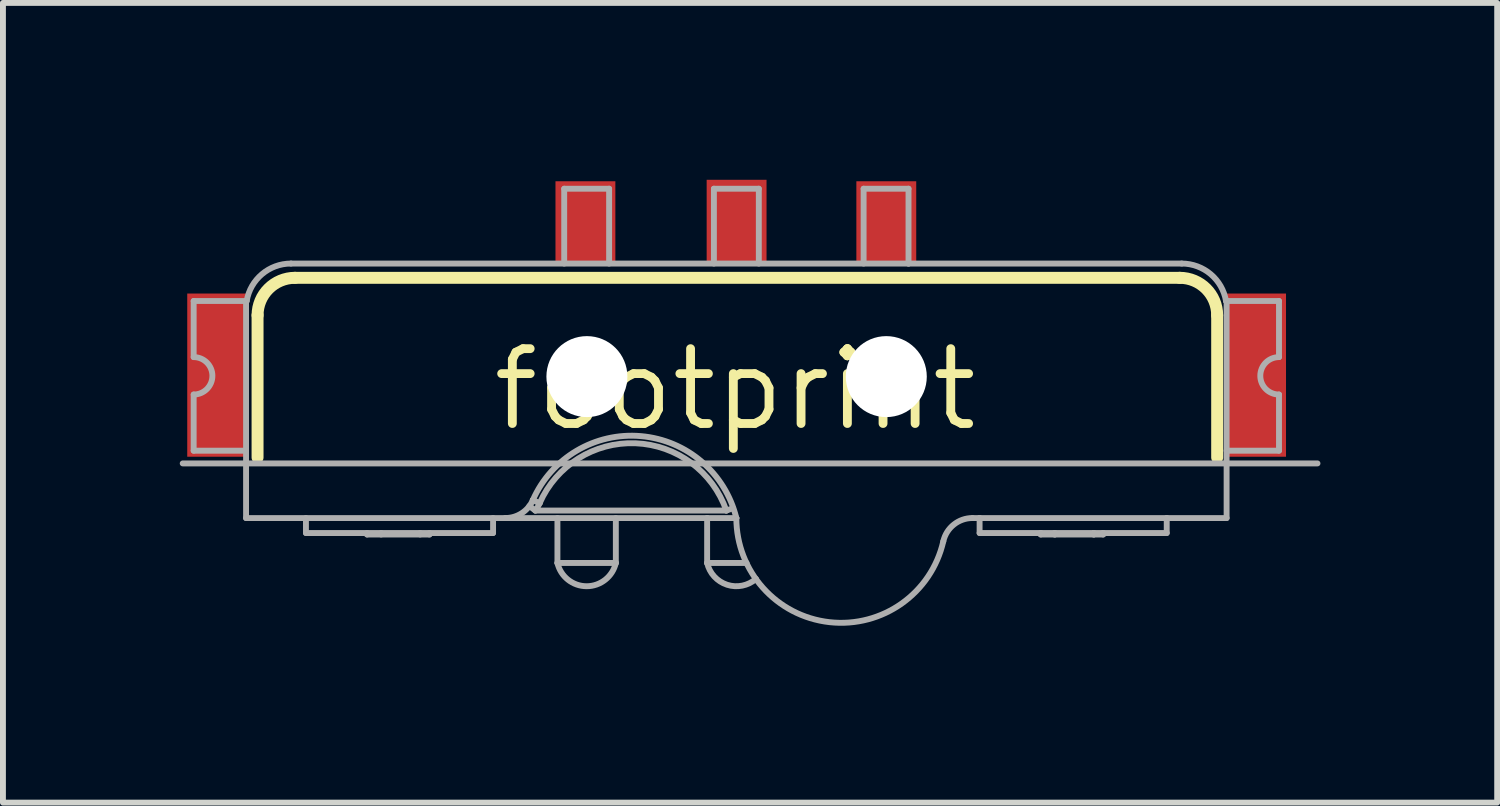
<source format=kicad_pcb>
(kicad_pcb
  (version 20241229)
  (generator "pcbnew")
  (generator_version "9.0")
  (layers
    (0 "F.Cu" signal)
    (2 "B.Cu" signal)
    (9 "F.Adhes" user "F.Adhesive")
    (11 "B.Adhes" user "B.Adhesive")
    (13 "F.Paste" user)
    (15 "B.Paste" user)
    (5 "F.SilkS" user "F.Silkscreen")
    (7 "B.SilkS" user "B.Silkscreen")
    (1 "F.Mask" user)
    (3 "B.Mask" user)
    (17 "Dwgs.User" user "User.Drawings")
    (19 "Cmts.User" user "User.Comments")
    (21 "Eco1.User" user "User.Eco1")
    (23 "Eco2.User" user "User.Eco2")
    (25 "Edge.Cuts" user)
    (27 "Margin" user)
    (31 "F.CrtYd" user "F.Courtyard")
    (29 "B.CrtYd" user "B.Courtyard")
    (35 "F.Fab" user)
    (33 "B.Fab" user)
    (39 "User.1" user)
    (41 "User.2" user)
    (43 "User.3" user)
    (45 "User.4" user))
  (footprint "footprint"
    (layer "F.Cu")
    (at 9.423 3.556)
    (property "Reference" "footprint" (at 0 0 0) (layer "F.SilkS") (effects (font (size 1.27 1.27) (thickness 0.15))))
    (fp_line (start -8.103 1.156) (end -8.103 -1.257) (stroke (width 0.203) (type solid)) (layer "F.SilkS"))
    (fp_line (start -7.468 -1.892) (end 7.544 -1.892) (stroke (width 0.203) (type solid)) (layer "F.SilkS"))
    (fp_line (start 8.179 -1.257) (end 8.179 1.156) (stroke (width 0.203) (type solid)) (layer "F.SilkS"))
    (fp_arc (start -8.1026 -1.2573) (mid -7.916613 -1.706313) (end -7.4676 -1.8923) (stroke (width 0.2032) (type solid)) (layer "F.SilkS"))
    (fp_arc (start 7.5438 -1.8923) (mid 7.992813 -1.706313) (end 8.1788 -1.2573) (stroke (width 0.2032) (type solid)) (layer "F.SilkS"))
    (fp_line (start -9.373 1.257) (end 9.881 1.257) (stroke (width 0.1) (type solid)) (layer "F.Fab"))
    (fp_line (start -9.187 -1.499) (end -9.187 -0.547) (stroke (width 0.1) (type solid)) (layer "F.Fab"))
    (fp_line (start -9.187 -1.499) (end -8.287 -1.499) (stroke (width 0.1) (type solid)) (layer "F.Fab"))
    (fp_line (start -9.187 0.088) (end -9.187 1.041) (stroke (width 0.1) (type solid)) (layer "F.Fab"))
    (fp_line (start -8.298 -1.499) (end -8.298 1.041) (stroke (width 0.1) (type solid)) (layer "F.Fab"))
    (fp_line (start -8.298 1.041) (end -9.187 1.041) (stroke (width 0.1) (type solid)) (layer "F.Fab"))
    (fp_line (start -8.298 1.041) (end -8.298 2.184) (stroke (width 0.1) (type solid)) (layer "F.Fab"))
    (fp_line (start -8.298 2.184) (end -3.897 2.184) (stroke (width 0.1) (type solid)) (layer "F.Fab"))
    (fp_line (start -7.536 -2.134) (end 2.942 -2.134) (stroke (width 0.1) (type solid)) (layer "F.Fab"))
    (fp_line (start -7.282 2.184) (end -7.282 2.438) (stroke (width 0.1) (type solid)) (layer "F.Fab"))
    (fp_line (start -6.245 2.438) (end -6.245 2.463) (stroke (width 0.1) (type solid)) (layer "F.Fab"))
    (fp_line (start -6.006 2.438) (end -6.006 2.463) (stroke (width 0.1) (type solid)) (layer "F.Fab"))
    (fp_line (start -5.345 2.438) (end -5.345 2.463) (stroke (width 0.1) (type solid)) (layer "F.Fab"))
    (fp_line (start -5.186 2.438) (end -5.186 2.463) (stroke (width 0.1) (type solid)) (layer "F.Fab"))
    (fp_line (start -5.186 2.463) (end -6.245 2.463) (stroke (width 0.1) (type solid)) (layer "F.Fab"))
    (fp_line (start -4.107 2.184) (end -4.107 2.438) (stroke (width 0.1) (type solid)) (layer "F.Fab"))
    (fp_line (start -4.107 2.438) (end -7.282 2.438) (stroke (width 0.1) (type solid)) (layer "F.Fab"))
    (fp_line (start -3.897 2.184) (end -0.475 2.184) (stroke (width 0.1) (type solid)) (layer "F.Fab"))
    (fp_line (start -3.432 1.88) (end -3.433 1.88) (stroke (width 0.1) (type solid)) (layer "F.Fab"))
    (fp_line (start -3.389 2.057) (end -3.491 1.98) (stroke (width 0.1) (type solid)) (layer "F.Fab"))
    (fp_line (start -3.389 2.057) (end -0.149 2.057) (stroke (width 0.1) (type solid)) (layer "F.Fab"))
    (fp_line (start -3.316 1.931) (end -3.432 1.88) (stroke (width 0.1) (type solid)) (layer "F.Fab"))
    (fp_line (start -3.015 2.184) (end -3.015 2.946) (stroke (width 0.1) (type solid)) (layer "F.Fab"))
    (fp_line (start -3.015 2.946) (end -2.024 2.946) (stroke (width 0.1) (type solid)) (layer "F.Fab"))
    (fp_line (start -2.9 -3.404) (end -2.138 -3.404) (stroke (width 0.1) (type solid)) (layer "F.Fab"))
    (fp_line (start -2.9 -2.134) (end -2.9 -3.404) (stroke (width 0.1) (type solid)) (layer "F.Fab"))
    (fp_line (start -2.138 -2.134) (end -2.138 -3.404) (stroke (width 0.1) (type solid)) (layer "F.Fab"))
    (fp_line (start -2.024 2.184) (end -2.024 2.946) (stroke (width 0.1) (type solid)) (layer "F.Fab"))
    (fp_line (start -0.475 2.184) (end -0.475 2.946) (stroke (width 0.1) (type solid)) (layer "F.Fab"))
    (fp_line (start -0.475 2.184) (end 0.021 2.184) (stroke (width 0.1) (type solid)) (layer "F.Fab"))
    (fp_line (start -0.475 2.946) (end 0.194 2.946) (stroke (width 0.1) (type solid)) (layer "F.Fab"))
    (fp_line (start -0.36 -3.404) (end 0.402 -3.404) (stroke (width 0.1) (type solid)) (layer "F.Fab"))
    (fp_line (start -0.36 -2.134) (end -0.36 -3.404) (stroke (width 0.1) (type solid)) (layer "F.Fab"))
    (fp_line (start -0.149 2.057) (end -0.036 2.017) (stroke (width 0.1) (type solid)) (layer "F.Fab"))
    (fp_line (start 0.021 2.184) (end 0.021 2.184) (stroke (width 0.1) (type solid)) (layer "F.Fab"))
    (fp_line (start 0.402 -2.134) (end 0.402 -3.404) (stroke (width 0.1) (type solid)) (layer "F.Fab"))
    (fp_line (start 2.18 -3.404) (end 2.942 -3.404) (stroke (width 0.1) (type solid)) (layer "F.Fab"))
    (fp_line (start 2.18 -2.134) (end 2.18 -3.404) (stroke (width 0.1) (type solid)) (layer "F.Fab"))
    (fp_line (start 2.942 -2.134) (end 2.942 -3.404) (stroke (width 0.1) (type solid)) (layer "F.Fab"))
    (fp_line (start 2.942 -2.134) (end 7.577 -2.134) (stroke (width 0.1) (type solid)) (layer "F.Fab"))
    (fp_line (start 4.028 2.184) (end 4.148 2.184) (stroke (width 0.1) (type solid)) (layer "F.Fab"))
    (fp_line (start 4.148 2.184) (end 4.148 2.438) (stroke (width 0.1) (type solid)) (layer "F.Fab"))
    (fp_line (start 4.148 2.184) (end 7.323 2.184) (stroke (width 0.1) (type solid)) (layer "F.Fab"))
    (fp_line (start 5.185 2.438) (end 4.148 2.438) (stroke (width 0.1) (type solid)) (layer "F.Fab"))
    (fp_line (start 5.185 2.438) (end 5.185 2.463) (stroke (width 0.1) (type solid)) (layer "F.Fab"))
    (fp_line (start 5.423 2.438) (end 5.185 2.438) (stroke (width 0.1) (type solid)) (layer "F.Fab"))
    (fp_line (start 5.423 2.438) (end 5.423 2.463) (stroke (width 0.1) (type solid)) (layer "F.Fab"))
    (fp_line (start 5.423 2.463) (end 5.185 2.463) (stroke (width 0.1) (type solid)) (layer "F.Fab"))
    (fp_line (start 6.085 2.438) (end 5.423 2.438) (stroke (width 0.1) (type solid)) (layer "F.Fab"))
    (fp_line (start 6.085 2.438) (end 6.085 2.463) (stroke (width 0.1) (type solid)) (layer "F.Fab"))
    (fp_line (start 6.085 2.463) (end 5.423 2.463) (stroke (width 0.1) (type solid)) (layer "F.Fab"))
    (fp_line (start 6.244 2.438) (end 6.085 2.438) (stroke (width 0.1) (type solid)) (layer "F.Fab"))
    (fp_line (start 6.244 2.438) (end 6.244 2.463) (stroke (width 0.1) (type solid)) (layer "F.Fab"))
    (fp_line (start 6.244 2.463) (end 6.085 2.463) (stroke (width 0.1) (type solid)) (layer "F.Fab"))
    (fp_line (start 7.323 2.184) (end 7.323 2.438) (stroke (width 0.1) (type solid)) (layer "F.Fab"))
    (fp_line (start 7.323 2.184) (end 8.339 2.184) (stroke (width 0.1) (type solid)) (layer "F.Fab"))
    (fp_line (start 7.323 2.438) (end 6.244 2.438) (stroke (width 0.1) (type solid)) (layer "F.Fab"))
    (fp_line (start 8.329 -1.499) (end 8.339 -1.499) (stroke (width 0.1) (type solid)) (layer "F.Fab"))
    (fp_line (start 8.339 -1.499) (end 8.339 2.184) (stroke (width 0.1) (type solid)) (layer "F.Fab"))
    (fp_line (start 8.339 -1.499) (end 9.228 -1.499) (stroke (width 0.1) (type solid)) (layer "F.Fab"))
    (fp_line (start 8.339 1.041) (end 9.228 1.041) (stroke (width 0.1) (type solid)) (layer "F.Fab"))
    (fp_line (start 9.228 -1.499) (end 9.228 -0.547) (stroke (width 0.1) (type solid)) (layer "F.Fab"))
    (fp_line (start 9.228 0.088) (end 9.228 1.041) (stroke (width 0.1) (type solid)) (layer "F.Fab"))
    (fp_arc (start -9.1868 -0.5469) (mid -8.8693 -0.2294) (end -9.1868 0.0881) (stroke (width 0.1) (type solid)) (layer "F.Fab"))
    (fp_arc (start -8.287099 -1.499399) (mid -8.027642 -1.954373) (end -7.5358 -2.1344) (stroke (width 0.1) (type solid)) (layer "F.Fab"))
    (fp_arc (start -3.432498 1.879999) (mid -1.597043 0.793652) (end 0.0207 2.1836) (stroke (width 0.1) (type solid)) (layer "F.Fab"))
    (fp_arc (start -3.4324 1.88) (mid -3.619784 2.100991) (end -3.8975 2.1836) (stroke (width 0.1) (type solid)) (layer "F.Fab"))
    (fp_arc (start -3.3162 1.9311) (mid -3.349247 1.995954) (end -3.3895 2.0566) (stroke (width 0.1) (type solid)) (layer "F.Fab"))
    (fp_arc (start -3.316199 1.9311) (mid -1.689848 0.914952) (end -0.149 2.0566) (stroke (width 0.1) (type solid)) (layer "F.Fab"))
    (fp_arc (start -2.024 2.945598) (mid -2.519299 3.340703) (end -3.0146 2.9456) (stroke (width 0.1) (type solid)) (layer "F.Fab"))
    (fp_arc (start 0.354 3.216098) (mid -0.136945 3.315631) (end -0.4746 2.9456) (stroke (width 0.1) (type solid)) (layer "F.Fab"))
    (fp_arc (start 3.532199 2.5787) (mid 1.59988 3.950428) (end 0.0207 2.1836) (stroke (width 0.1) (type solid)) (layer "F.Fab"))
    (fp_arc (start 3.532301 2.578699) (mid 3.710809 2.294473) (end 4.0276 2.1836) (stroke (width 0.1) (type solid)) (layer "F.Fab"))
    (fp_arc (start 7.577199 -2.1345) (mid 8.069113 -1.954444) (end 8.3286 -1.4994) (stroke (width 0.1) (type solid)) (layer "F.Fab"))
    (fp_arc (start 9.2282 0.0881) (mid 8.9107 -0.2294) (end 9.2282 -0.5469) (stroke (width 0.1) (type solid)) (layer "F.Fab"))
    (fp_circle (center -2.519 -0.229) (end -2.138 -0.229) (stroke (width 0.025) (type solid)) (fill no) (layer "F.Fab"))
    (fp_circle (center -2.519 -0.229) (end -1.884 -0.229) (stroke (width 0.025) (type solid)) (fill no) (layer "F.Fab"))
    (fp_circle (center 2.561 -0.229) (end 2.942 -0.229) (stroke (width 0.025) (type solid)) (fill no) (layer "F.Fab"))
    (fp_circle (center 2.561 -0.229) (end 3.196 -0.229) (stroke (width 0.025) (type solid)) (fill no) (layer "F.Fab"))
    (pad "" np_thru_hole circle (at -2.515 -0.216) (size 1.374 1.374) (drill 1.374) (layers "*.Cu" "*.Mask"))
    (pad "" np_thru_hole circle (at 2.565 -0.216) (size 1.374 1.374) (drill 1.374) (layers "*.Cu" "*.Mask"))
    (pad "P$1" smd rect (at -8.788 -0.241 90) (size 2.769 1.016) (layers "F.Cu" "F.Mask" "F.Paste"))
    (pad "P$2" smd rect (at 8.839 -0.241 90) (size 2.769 1.016) (layers "F.Cu" "F.Mask" "F.Paste"))
    (pad "P$3" smd rect (at -2.54 -2.832 90) (size 1.397 1.016) (layers "F.Cu" "F.Mask" "F.Paste"))
    (pad "P$4" smd rect (at 0.025 -2.857 90) (size 1.397 1.016) (layers "F.Cu" "F.Mask" "F.Paste"))
    (pad "P$5" smd rect (at 2.565 -2.832 90) (size 1.397 1.016) (layers "F.Cu" "F.Mask" "F.Paste")))
  (gr_rect
    (start -3 -3)
    (end 22.353 10.568)
    (stroke (width 0.1) (type default))
    (fill no)
    (layer "Edge.Cuts")))
</source>
